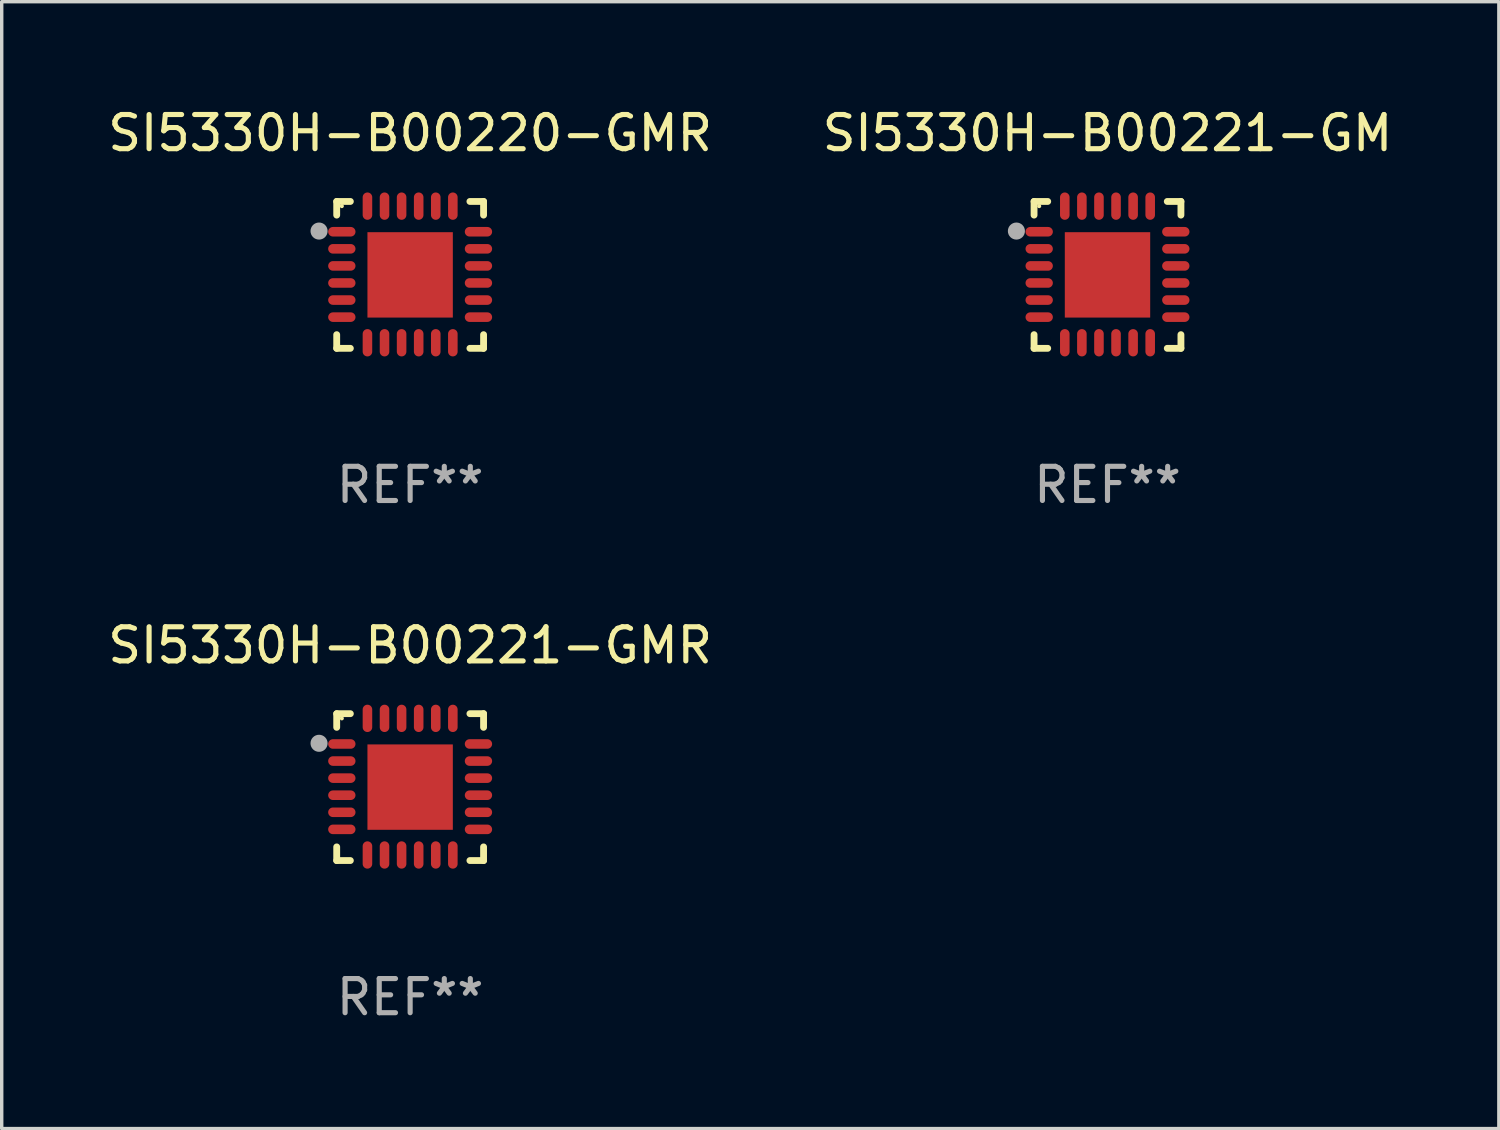
<source format=kicad_pcb>
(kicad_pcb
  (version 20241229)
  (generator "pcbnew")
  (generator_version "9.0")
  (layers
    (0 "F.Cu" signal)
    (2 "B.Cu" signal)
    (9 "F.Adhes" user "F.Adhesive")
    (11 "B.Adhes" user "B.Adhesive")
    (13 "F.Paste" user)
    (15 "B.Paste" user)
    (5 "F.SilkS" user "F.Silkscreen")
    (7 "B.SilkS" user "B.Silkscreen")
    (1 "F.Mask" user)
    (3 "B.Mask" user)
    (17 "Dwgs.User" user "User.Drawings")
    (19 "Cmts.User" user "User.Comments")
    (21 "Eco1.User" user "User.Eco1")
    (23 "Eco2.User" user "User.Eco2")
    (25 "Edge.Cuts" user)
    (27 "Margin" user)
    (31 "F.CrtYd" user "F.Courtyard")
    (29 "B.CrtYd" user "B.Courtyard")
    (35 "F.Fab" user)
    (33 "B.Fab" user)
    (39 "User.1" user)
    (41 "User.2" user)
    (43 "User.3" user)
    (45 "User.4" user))
  (footprint "SI5330H-B00220-GMR"
    (layer "F.Cu")
    (at 8.958 4.998)
    (property "Reference" "SI5330H-B00220-GMR" (at 0 -4.15 0) (layer "F.SilkS") (effects (font (size 1 1) (thickness 0.15))))
    (attr through_hole)
    (fp_line (start -2.15 -2.15) (end -1.75 -2.15) (stroke (width 0.2) (type solid)) (layer "F.SilkS"))
    (fp_line (start -2.15 -1.75) (end -2.15 -2.15) (stroke (width 0.2) (type solid)) (layer "F.SilkS"))
    (fp_line (start -2.15 2.15) (end -2.15 1.75) (stroke (width 0.2) (type solid)) (layer "F.SilkS"))
    (fp_line (start -1.75 2.15) (end -2.15 2.15) (stroke (width 0.2) (type solid)) (layer "F.SilkS"))
    (fp_line (start 1.75 -2.15) (end 2.15 -2.15) (stroke (width 0.2) (type solid)) (layer "F.SilkS"))
    (fp_line (start 1.75 2.15) (end 2.15 2.15) (stroke (width 0.2) (type solid)) (layer "F.SilkS"))
    (fp_line (start 2.15 -2.15) (end 2.15 -1.75) (stroke (width 0.2) (type solid)) (layer "F.SilkS"))
    (fp_line (start 2.15 2.15) (end 2.15 1.75) (stroke (width 0.2) (type solid)) (layer "F.SilkS"))
    (fp_circle (center -2 -2.013) (end -1.97 -2.013) (stroke (width 0.06) (type solid)) (fill no) (layer "F.SilkS"))
    (fp_circle (center -2.667 -1.283) (end -2.542 -1.283) (stroke (width 0.25) (type solid)) (fill no) (layer "F.Fab"))
    (fp_text user "REF**" (at 0 6.15 0) (layer "F.Fab") (effects (font (size 1 1) (thickness 0.15))))
    (pad "1" smd oval (at -2 -1.263) (size 0.8 0.28) (layers "F.Cu" "F.Mask" "F.Paste"))
    (pad "2" smd oval (at -2 -0.763) (size 0.8 0.28) (layers "F.Cu" "F.Mask" "F.Paste"))
    (pad "3" smd oval (at -2 -0.263) (size 0.8 0.28) (layers "F.Cu" "F.Mask" "F.Paste"))
    (pad "4" smd oval (at -2 0.237) (size 0.8 0.28) (layers "F.Cu" "F.Mask" "F.Paste"))
    (pad "5" smd oval (at -2 0.737) (size 0.8 0.28) (layers "F.Cu" "F.Mask" "F.Paste"))
    (pad "6" smd oval (at -2 1.237) (size 0.8 0.28) (layers "F.Cu" "F.Mask" "F.Paste"))
    (pad "7" smd oval (at -1.25 1.987) (size 0.28 0.8) (layers "F.Cu" "F.Mask" "F.Paste"))
    (pad "8" smd oval (at -0.75 1.987) (size 0.28 0.8) (layers "F.Cu" "F.Mask" "F.Paste"))
    (pad "9" smd oval (at -0.25 1.987) (size 0.28 0.8) (layers "F.Cu" "F.Mask" "F.Paste"))
    (pad "10" smd oval (at 0.25 1.987) (size 0.28 0.8) (layers "F.Cu" "F.Mask" "F.Paste"))
    (pad "11" smd oval (at 0.75 1.987) (size 0.28 0.8) (layers "F.Cu" "F.Mask" "F.Paste"))
    (pad "12" smd oval (at 1.25 1.987) (size 0.28 0.8) (layers "F.Cu" "F.Mask" "F.Paste"))
    (pad "13" smd oval (at 2 1.237) (size 0.8 0.28) (layers "F.Cu" "F.Mask" "F.Paste"))
    (pad "14" smd oval (at 2 0.737) (size 0.8 0.28) (layers "F.Cu" "F.Mask" "F.Paste"))
    (pad "15" smd oval (at 2 0.237) (size 0.8 0.28) (layers "F.Cu" "F.Mask" "F.Paste"))
    (pad "16" smd oval (at 2 -0.263) (size 0.8 0.28) (layers "F.Cu" "F.Mask" "F.Paste"))
    (pad "17" smd oval (at 2 -0.763) (size 0.8 0.28) (layers "F.Cu" "F.Mask" "F.Paste"))
    (pad "18" smd oval (at 2 -1.263) (size 0.8 0.28) (layers "F.Cu" "F.Mask" "F.Paste"))
    (pad "19" smd oval (at 1.25 -2.013) (size 0.28 0.8) (layers "F.Cu" "F.Mask" "F.Paste"))
    (pad "20" smd oval (at 0.75 -2.013) (size 0.28 0.8) (layers "F.Cu" "F.Mask" "F.Paste"))
    (pad "21" smd oval (at 0.25 -2.013) (size 0.28 0.8) (layers "F.Cu" "F.Mask" "F.Paste"))
    (pad "22" smd oval (at -0.25 -2.013) (size 0.28 0.8) (layers "F.Cu" "F.Mask" "F.Paste"))
    (pad "23" smd oval (at -0.75 -2.013) (size 0.28 0.8) (layers "F.Cu" "F.Mask" "F.Paste"))
    (pad "24" smd oval (at -1.25 -2.013) (size 0.28 0.8) (layers "F.Cu" "F.Mask" "F.Paste"))
    (pad "25" smd rect (at -0.000127 -0.00014) (size 2.5 2.5) (layers "F.Cu" "F.Mask" "F.Paste")))
  (footprint "SI5330H-B00221-GM"
    (layer "F.Cu")
    (at 29.375 4.998)
    (property "Reference" "SI5330H-B00221-GM" (at 0 -4.15 0) (layer "F.SilkS") (effects (font (size 1 1) (thickness 0.15))))
    (attr through_hole)
    (fp_line (start -2.15 -2.15) (end -1.75 -2.15) (stroke (width 0.2) (type solid)) (layer "F.SilkS"))
    (fp_line (start -2.15 -1.75) (end -2.15 -2.15) (stroke (width 0.2) (type solid)) (layer "F.SilkS"))
    (fp_line (start -2.15 2.15) (end -2.15 1.75) (stroke (width 0.2) (type solid)) (layer "F.SilkS"))
    (fp_line (start -1.75 2.15) (end -2.15 2.15) (stroke (width 0.2) (type solid)) (layer "F.SilkS"))
    (fp_line (start 1.75 -2.15) (end 2.15 -2.15) (stroke (width 0.2) (type solid)) (layer "F.SilkS"))
    (fp_line (start 1.75 2.15) (end 2.15 2.15) (stroke (width 0.2) (type solid)) (layer "F.SilkS"))
    (fp_line (start 2.15 -2.15) (end 2.15 -1.75) (stroke (width 0.2) (type solid)) (layer "F.SilkS"))
    (fp_line (start 2.15 2.15) (end 2.15 1.75) (stroke (width 0.2) (type solid)) (layer "F.SilkS"))
    (fp_circle (center -2 -2.013) (end -1.97 -2.013) (stroke (width 0.06) (type solid)) (fill no) (layer "F.SilkS"))
    (fp_circle (center -2.667 -1.283) (end -2.542 -1.283) (stroke (width 0.25) (type solid)) (fill no) (layer "F.Fab"))
    (fp_text user "REF**" (at 0 6.15 0) (layer "F.Fab") (effects (font (size 1 1) (thickness 0.15))))
    (pad "1" smd oval (at -2 -1.263) (size 0.8 0.28) (layers "F.Cu" "F.Mask" "F.Paste"))
    (pad "2" smd oval (at -2 -0.763) (size 0.8 0.28) (layers "F.Cu" "F.Mask" "F.Paste"))
    (pad "3" smd oval (at -2 -0.263) (size 0.8 0.28) (layers "F.Cu" "F.Mask" "F.Paste"))
    (pad "4" smd oval (at -2 0.237) (size 0.8 0.28) (layers "F.Cu" "F.Mask" "F.Paste"))
    (pad "5" smd oval (at -2 0.737) (size 0.8 0.28) (layers "F.Cu" "F.Mask" "F.Paste"))
    (pad "6" smd oval (at -2 1.237) (size 0.8 0.28) (layers "F.Cu" "F.Mask" "F.Paste"))
    (pad "7" smd oval (at -1.25 1.987) (size 0.28 0.8) (layers "F.Cu" "F.Mask" "F.Paste"))
    (pad "8" smd oval (at -0.75 1.987) (size 0.28 0.8) (layers "F.Cu" "F.Mask" "F.Paste"))
    (pad "9" smd oval (at -0.25 1.987) (size 0.28 0.8) (layers "F.Cu" "F.Mask" "F.Paste"))
    (pad "10" smd oval (at 0.25 1.987) (size 0.28 0.8) (layers "F.Cu" "F.Mask" "F.Paste"))
    (pad "11" smd oval (at 0.75 1.987) (size 0.28 0.8) (layers "F.Cu" "F.Mask" "F.Paste"))
    (pad "12" smd oval (at 1.25 1.987) (size 0.28 0.8) (layers "F.Cu" "F.Mask" "F.Paste"))
    (pad "13" smd oval (at 2 1.237) (size 0.8 0.28) (layers "F.Cu" "F.Mask" "F.Paste"))
    (pad "14" smd oval (at 2 0.737) (size 0.8 0.28) (layers "F.Cu" "F.Mask" "F.Paste"))
    (pad "15" smd oval (at 2 0.237) (size 0.8 0.28) (layers "F.Cu" "F.Mask" "F.Paste"))
    (pad "16" smd oval (at 2 -0.263) (size 0.8 0.28) (layers "F.Cu" "F.Mask" "F.Paste"))
    (pad "17" smd oval (at 2 -0.763) (size 0.8 0.28) (layers "F.Cu" "F.Mask" "F.Paste"))
    (pad "18" smd oval (at 2 -1.263) (size 0.8 0.28) (layers "F.Cu" "F.Mask" "F.Paste"))
    (pad "19" smd oval (at 1.25 -2.013) (size 0.28 0.8) (layers "F.Cu" "F.Mask" "F.Paste"))
    (pad "20" smd oval (at 0.75 -2.013) (size 0.28 0.8) (layers "F.Cu" "F.Mask" "F.Paste"))
    (pad "21" smd oval (at 0.25 -2.013) (size 0.28 0.8) (layers "F.Cu" "F.Mask" "F.Paste"))
    (pad "22" smd oval (at -0.25 -2.013) (size 0.28 0.8) (layers "F.Cu" "F.Mask" "F.Paste"))
    (pad "23" smd oval (at -0.75 -2.013) (size 0.28 0.8) (layers "F.Cu" "F.Mask" "F.Paste"))
    (pad "24" smd oval (at -1.25 -2.013) (size 0.28 0.8) (layers "F.Cu" "F.Mask" "F.Paste"))
    (pad "25" smd rect (at -0.000127 -0.00014) (size 2.5 2.5) (layers "F.Cu" "F.Mask" "F.Paste")))
  (footprint "SI5330H-B00221-GMR"
    (layer "F.Cu")
    (at 8.958 19.995)
    (property "Reference" "SI5330H-B00221-GMR" (at 0 -4.15 0) (layer "F.SilkS") (effects (font (size 1 1) (thickness 0.15))))
    (attr through_hole)
    (fp_line (start -2.15 -2.15) (end -1.75 -2.15) (stroke (width 0.2) (type solid)) (layer "F.SilkS"))
    (fp_line (start -2.15 -1.75) (end -2.15 -2.15) (stroke (width 0.2) (type solid)) (layer "F.SilkS"))
    (fp_line (start -2.15 2.15) (end -2.15 1.75) (stroke (width 0.2) (type solid)) (layer "F.SilkS"))
    (fp_line (start -1.75 2.15) (end -2.15 2.15) (stroke (width 0.2) (type solid)) (layer "F.SilkS"))
    (fp_line (start 1.75 -2.15) (end 2.15 -2.15) (stroke (width 0.2) (type solid)) (layer "F.SilkS"))
    (fp_line (start 1.75 2.15) (end 2.15 2.15) (stroke (width 0.2) (type solid)) (layer "F.SilkS"))
    (fp_line (start 2.15 -2.15) (end 2.15 -1.75) (stroke (width 0.2) (type solid)) (layer "F.SilkS"))
    (fp_line (start 2.15 2.15) (end 2.15 1.75) (stroke (width 0.2) (type solid)) (layer "F.SilkS"))
    (fp_circle (center -2 -2.013) (end -1.97 -2.013) (stroke (width 0.06) (type solid)) (fill no) (layer "F.SilkS"))
    (fp_circle (center -2.667 -1.283) (end -2.542 -1.283) (stroke (width 0.25) (type solid)) (fill no) (layer "F.Fab"))
    (fp_text user "REF**" (at 0 6.15 0) (layer "F.Fab") (effects (font (size 1 1) (thickness 0.15))))
    (pad "1" smd oval (at -2 -1.263) (size 0.8 0.28) (layers "F.Cu" "F.Mask" "F.Paste"))
    (pad "2" smd oval (at -2 -0.763) (size 0.8 0.28) (layers "F.Cu" "F.Mask" "F.Paste"))
    (pad "3" smd oval (at -2 -0.263) (size 0.8 0.28) (layers "F.Cu" "F.Mask" "F.Paste"))
    (pad "4" smd oval (at -2 0.237) (size 0.8 0.28) (layers "F.Cu" "F.Mask" "F.Paste"))
    (pad "5" smd oval (at -2 0.737) (size 0.8 0.28) (layers "F.Cu" "F.Mask" "F.Paste"))
    (pad "6" smd oval (at -2 1.237) (size 0.8 0.28) (layers "F.Cu" "F.Mask" "F.Paste"))
    (pad "7" smd oval (at -1.25 1.987) (size 0.28 0.8) (layers "F.Cu" "F.Mask" "F.Paste"))
    (pad "8" smd oval (at -0.75 1.987) (size 0.28 0.8) (layers "F.Cu" "F.Mask" "F.Paste"))
    (pad "9" smd oval (at -0.25 1.987) (size 0.28 0.8) (layers "F.Cu" "F.Mask" "F.Paste"))
    (pad "10" smd oval (at 0.25 1.987) (size 0.28 0.8) (layers "F.Cu" "F.Mask" "F.Paste"))
    (pad "11" smd oval (at 0.75 1.987) (size 0.28 0.8) (layers "F.Cu" "F.Mask" "F.Paste"))
    (pad "12" smd oval (at 1.25 1.987) (size 0.28 0.8) (layers "F.Cu" "F.Mask" "F.Paste"))
    (pad "13" smd oval (at 2 1.237) (size 0.8 0.28) (layers "F.Cu" "F.Mask" "F.Paste"))
    (pad "14" smd oval (at 2 0.737) (size 0.8 0.28) (layers "F.Cu" "F.Mask" "F.Paste"))
    (pad "15" smd oval (at 2 0.237) (size 0.8 0.28) (layers "F.Cu" "F.Mask" "F.Paste"))
    (pad "16" smd oval (at 2 -0.263) (size 0.8 0.28) (layers "F.Cu" "F.Mask" "F.Paste"))
    (pad "17" smd oval (at 2 -0.763) (size 0.8 0.28) (layers "F.Cu" "F.Mask" "F.Paste"))
    (pad "18" smd oval (at 2 -1.263) (size 0.8 0.28) (layers "F.Cu" "F.Mask" "F.Paste"))
    (pad "19" smd oval (at 1.25 -2.013) (size 0.28 0.8) (layers "F.Cu" "F.Mask" "F.Paste"))
    (pad "20" smd oval (at 0.75 -2.013) (size 0.28 0.8) (layers "F.Cu" "F.Mask" "F.Paste"))
    (pad "21" smd oval (at 0.25 -2.013) (size 0.28 0.8) (layers "F.Cu" "F.Mask" "F.Paste"))
    (pad "22" smd oval (at -0.25 -2.013) (size 0.28 0.8) (layers "F.Cu" "F.Mask" "F.Paste"))
    (pad "23" smd oval (at -0.75 -2.013) (size 0.28 0.8) (layers "F.Cu" "F.Mask" "F.Paste"))
    (pad "24" smd oval (at -1.25 -2.013) (size 0.28 0.8) (layers "F.Cu" "F.Mask" "F.Paste"))
    (pad "25" smd rect (at -0.000127 -0.00014) (size 2.5 2.5) (layers "F.Cu" "F.Mask" "F.Paste")))
  (gr_rect
    (start -3 -3)
    (end 40.833 29.993)
    (stroke (width 0.1) (type default))
    (fill no)
    (layer "Edge.Cuts")))
</source>
